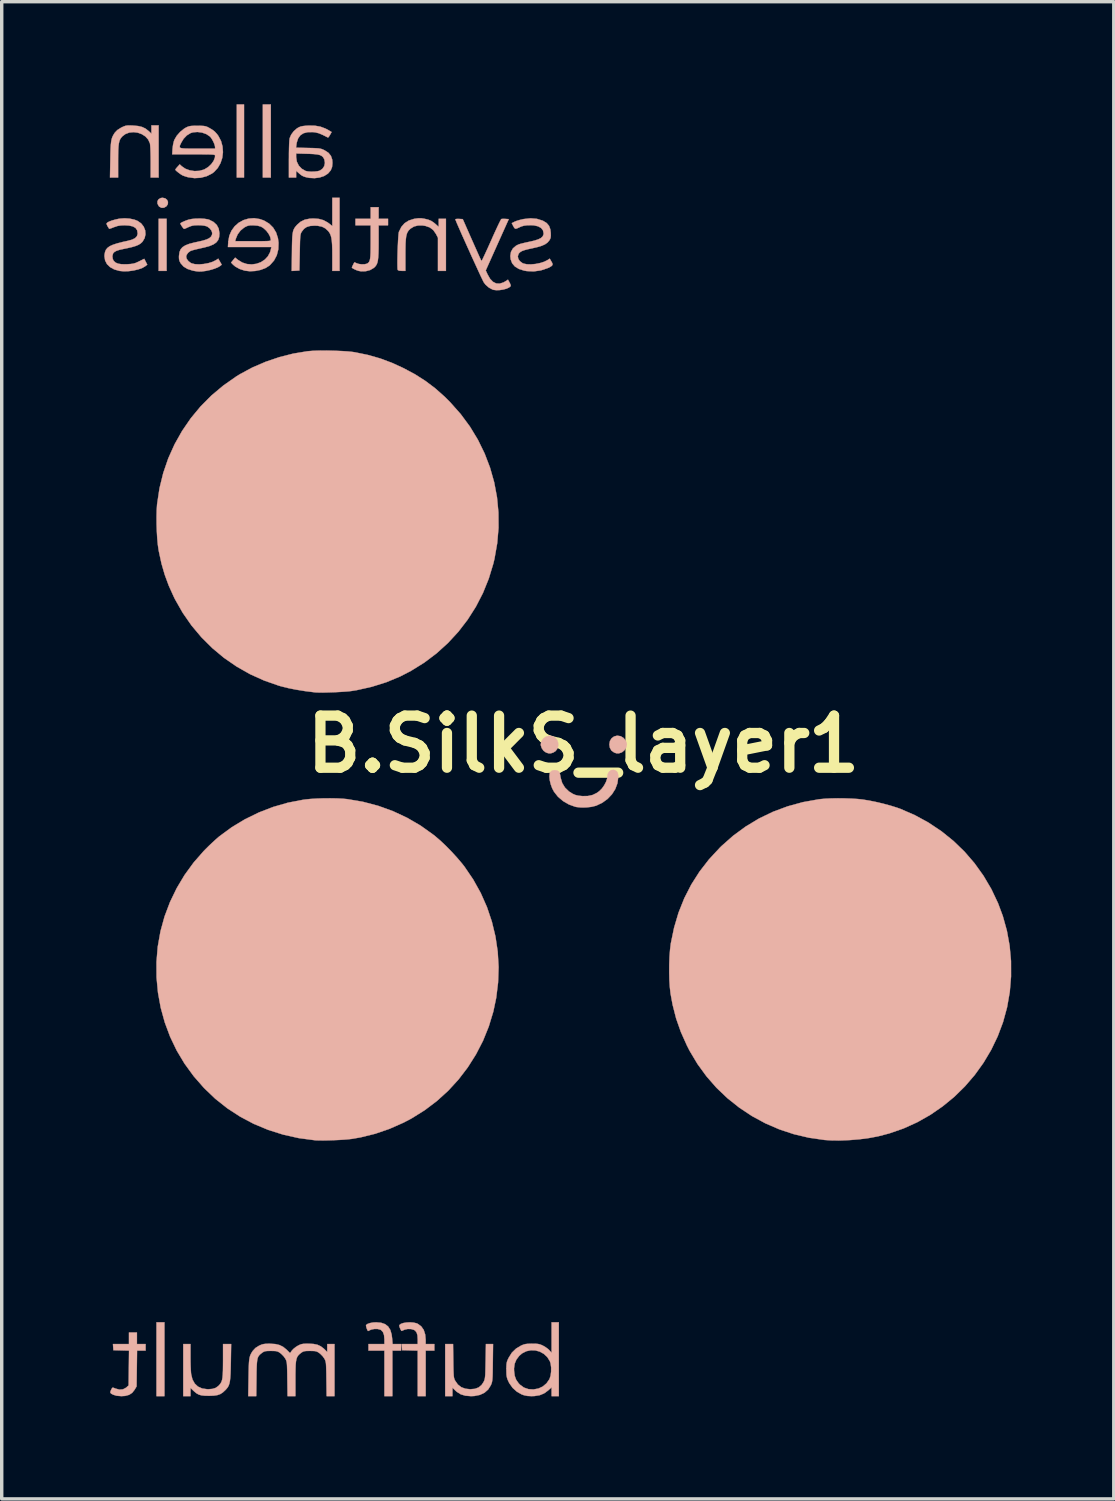
<source format=kicad_pcb>
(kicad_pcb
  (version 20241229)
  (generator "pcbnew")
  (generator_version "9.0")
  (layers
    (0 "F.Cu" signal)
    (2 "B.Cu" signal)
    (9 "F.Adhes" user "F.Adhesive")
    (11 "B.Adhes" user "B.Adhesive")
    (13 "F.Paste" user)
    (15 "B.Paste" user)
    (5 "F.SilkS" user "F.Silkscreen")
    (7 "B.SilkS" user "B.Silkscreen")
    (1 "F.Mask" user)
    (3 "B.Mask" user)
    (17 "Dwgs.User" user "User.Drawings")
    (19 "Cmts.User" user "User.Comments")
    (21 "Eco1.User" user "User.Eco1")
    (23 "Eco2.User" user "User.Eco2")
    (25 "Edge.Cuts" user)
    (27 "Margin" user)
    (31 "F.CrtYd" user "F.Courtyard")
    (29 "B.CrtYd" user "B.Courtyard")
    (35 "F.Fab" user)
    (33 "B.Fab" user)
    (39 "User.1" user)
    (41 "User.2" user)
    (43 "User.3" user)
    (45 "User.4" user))
  (footprint "B.SilkS_layer1"
    (layer "F.Cu")
    (at 14.015 18.716)
    (property "Reference" "B.SilkS_layer1" (at 0 0 0) (layer "F.SilkS") (effects (font (size 1.524 1.524) (thickness 0.3))))
    (attr through_hole)
    (fp_poly (pts (xy -12.255 19.071) (xy -12.488 19.071) (xy -12.488 16.912) (xy -12.255 16.912) (xy -12.255 19.071)) (stroke (width 0.01) (type solid)) (fill yes) (layer "B.SilkS"))
    (fp_poly (pts (xy -12.192 -13.843) (xy -12.425 -13.843) (xy -12.425 -15.367) (xy -12.192 -15.367) (xy -12.192 -13.843)) (stroke (width 0.01) (type solid)) (fill yes) (layer "B.SilkS"))
    (fp_poly (pts (xy -9.927 -16.573) (xy -10.139 -16.573) (xy -10.139 -18.711) (xy -9.927 -18.711) (xy -9.927 -16.573)) (stroke (width 0.01) (type solid)) (fill yes) (layer "B.SilkS"))
    (fp_poly (pts (xy -9.144 -16.573) (xy -9.377 -16.573) (xy -9.377 -18.711) (xy -9.144 -18.711) (xy -9.144 -16.573)) (stroke (width 0.01) (type solid)) (fill yes) (layer "B.SilkS"))
    (fp_poly (pts (xy -12.232 -15.964) (xy -12.179 -15.921) (xy -12.152 -15.862) (xy -12.156 -15.796) (xy -12.196 -15.733) (xy -12.199 -15.731) (xy -12.267 -15.691) (xy -12.339 -15.687) (xy -12.404 -15.72) (xy -12.423 -15.74) (xy -12.46 -15.814) (xy -12.459 -15.883) (xy -12.425 -15.939) (xy -12.362 -15.974) (xy -12.308 -15.981) (xy -12.232 -15.964)) (stroke (width 0.01) (type solid)) (fill yes) (layer "B.SilkS"))
    (fp_poly (pts (xy -0.919 -0.238) (xy -0.911 -0.235) (xy -0.828 -0.192) (xy -0.771 -0.124) (xy -0.74 -0.041) (xy -0.737 0.047) (xy -0.761 0.132) (xy -0.814 0.203) (xy -0.882 0.246) (xy -0.958 0.27) (xy -1.024 0.268) (xy -1.095 0.244) (xy -1.166 0.193) (xy -1.22 0.116) (xy -1.248 0.029) (xy -1.249 0.008) (xy -1.23 -0.082) (xy -1.178 -0.159) (xy -1.103 -0.215) (xy -1.013 -0.243) (xy -0.919 -0.238)) (stroke (width 0.01) (type solid)) (fill yes) (layer "B.SilkS"))
    (fp_poly (pts (xy 1.085 -0.233) (xy 1.094 -0.23) (xy 1.172 -0.182) (xy 1.233 -0.11) (xy 1.266 -0.027) (xy 1.27 0.008) (xy 1.251 0.096) (xy 1.201 0.177) (xy 1.13 0.236) (xy 1.111 0.245) (xy 1.034 0.27) (xy 0.969 0.269) (xy 0.899 0.245) (xy 0.821 0.19) (xy 0.774 0.107) (xy 0.758 0.009) (xy 0.776 -0.092) (xy 0.825 -0.172) (xy 0.898 -0.225) (xy 0.987 -0.248) (xy 1.085 -0.233)) (stroke (width 0.01) (type solid)) (fill yes) (layer "B.SilkS"))
    (fp_poly (pts (xy -13.06 17.547) (xy -12.806 17.547) (xy -12.806 17.738) (xy -13.056 17.738) (xy -13.07 18.785) (xy -13.128 18.884) (xy -13.198 18.973) (xy -13.288 19.032) (xy -13.404 19.064) (xy -13.516 19.071) (xy -13.655 19.059) (xy -13.753 19.029) (xy -13.813 18.998) (xy -13.838 18.968) (xy -13.832 18.926) (xy -13.811 18.88) (xy -13.789 18.838) (xy -13.771 18.822) (xy -13.741 18.827) (xy -13.688 18.849) (xy -13.572 18.88) (xy -13.469 18.872) (xy -13.381 18.826) (xy -13.372 18.819) (xy -13.303 18.757) (xy -13.291 17.739) (xy -13.519 17.733) (xy -13.748 17.727) (xy -13.761 17.547) (xy -13.293 17.547) (xy -13.293 17.209) (xy -13.06 17.209) (xy -13.06 17.547)) (stroke (width 0.01) (type solid)) (fill yes) (layer "B.SilkS"))
    (fp_poly (pts (xy -5.917 16.925) (xy -5.801 16.965) (xy -5.712 17.034) (xy -5.649 17.134) (xy -5.61 17.268) (xy -5.596 17.376) (xy -5.582 17.547) (xy -5.334 17.547) (xy -5.334 17.738) (xy -5.588 17.738) (xy -5.588 19.071) (xy -5.821 19.071) (xy -5.821 17.738) (xy -6.287 17.738) (xy -6.287 17.547) (xy -5.821 17.547) (xy -5.821 17.408) (xy -5.832 17.284) (xy -5.865 17.195) (xy -5.921 17.137) (xy -5.942 17.126) (xy -6.02 17.106) (xy -6.113 17.105) (xy -6.201 17.122) (xy -6.231 17.135) (xy -6.275 17.156) (xy -6.299 17.166) (xy -6.299 17.166) (xy -6.314 17.148) (xy -6.333 17.105) (xy -6.35 17.054) (xy -6.359 17.01) (xy -6.358 16.992) (xy -6.317 16.96) (xy -6.246 16.934) (xy -6.153 16.917) (xy -6.064 16.912) (xy -5.917 16.925)) (stroke (width 0.01) (type solid)) (fill yes) (layer "B.SilkS"))
    (fp_poly (pts (xy -4.969 16.92) (xy -4.881 16.94) (xy -4.848 16.954) (xy -4.745 17.029) (xy -4.671 17.134) (xy -4.628 17.27) (xy -4.614 17.425) (xy -4.614 17.547) (xy -4.36 17.547) (xy -4.36 17.738) (xy -4.614 17.738) (xy -4.614 19.071) (xy -4.847 19.071) (xy -4.847 17.739) (xy -5.075 17.733) (xy -5.302 17.727) (xy -5.315 17.547) (xy -4.847 17.547) (xy -4.847 17.411) (xy -4.854 17.295) (xy -4.878 17.212) (xy -4.92 17.157) (xy -4.956 17.133) (xy -5.041 17.108) (xy -5.14 17.106) (xy -5.233 17.127) (xy -5.252 17.136) (xy -5.297 17.156) (xy -5.322 17.163) (xy -5.323 17.162) (xy -5.347 17.123) (xy -5.37 17.071) (xy -5.385 17.022) (xy -5.385 16.994) (xy -5.341 16.958) (xy -5.267 16.932) (xy -5.173 16.917) (xy -5.07 16.912) (xy -4.969 16.92)) (stroke (width 0.01) (type solid)) (fill yes) (layer "B.SilkS"))
    (fp_poly (pts (xy -5.99 -15.367) (xy -5.715 -15.367) (xy -5.715 -15.177) (xy -5.99 -15.177) (xy -5.99 -14.694) (xy -5.991 -14.506) (xy -5.995 -14.355) (xy -6.002 -14.237) (xy -6.013 -14.145) (xy -6.03 -14.074) (xy -6.054 -14.019) (xy -6.085 -13.975) (xy -6.124 -13.936) (xy -6.132 -13.93) (xy -6.239 -13.867) (xy -6.367 -13.833) (xy -6.502 -13.83) (xy -6.572 -13.842) (xy -6.627 -13.859) (xy -6.687 -13.885) (xy -6.739 -13.912) (xy -6.77 -13.934) (xy -6.773 -13.94) (xy -6.765 -13.963) (xy -6.745 -14.006) (xy -6.722 -14.053) (xy -6.703 -14.087) (xy -6.7 -14.092) (xy -6.68 -14.087) (xy -6.638 -14.068) (xy -6.634 -14.066) (xy -6.568 -14.045) (xy -6.483 -14.035) (xy -6.399 -14.037) (xy -6.335 -14.052) (xy -6.328 -14.055) (xy -6.296 -14.076) (xy -6.272 -14.103) (xy -6.253 -14.142) (xy -6.24 -14.197) (xy -6.231 -14.275) (xy -6.226 -14.379) (xy -6.224 -14.516) (xy -6.223 -14.689) (xy -6.223 -15.177) (xy -6.668 -15.177) (xy -6.668 -15.367) (xy -6.223 -15.367) (xy -6.223 -15.706) (xy -5.99 -15.706) (xy -5.99 -15.367)) (stroke (width 0.01) (type solid)) (fill yes) (layer "B.SilkS"))
    (fp_poly (pts (xy -4.743 -15.382) (xy -4.653 -15.368) (xy -4.54 -15.341) (xy -4.452 -15.305) (xy -4.373 -15.252) (xy -4.317 -15.205) (xy -4.233 -15.129) (xy -4.233 -15.367) (xy -4.022 -15.367) (xy -4.022 -13.843) (xy -4.255 -13.843) (xy -4.255 -14.812) (xy -4.314 -14.925) (xy -4.392 -15.037) (xy -4.495 -15.114) (xy -4.624 -15.159) (xy -4.705 -15.171) (xy -4.842 -15.17) (xy -4.955 -15.141) (xy -5.053 -15.082) (xy -5.071 -15.066) (xy -5.111 -15.027) (xy -5.142 -14.981) (xy -5.166 -14.926) (xy -5.184 -14.854) (xy -5.195 -14.761) (xy -5.203 -14.642) (xy -5.206 -14.49) (xy -5.207 -14.315) (xy -5.207 -13.843) (xy -5.313 -13.843) (xy -5.386 -13.848) (xy -5.424 -13.863) (xy -5.433 -13.876) (xy -5.438 -13.912) (xy -5.44 -13.984) (xy -5.441 -14.083) (xy -5.44 -14.201) (xy -5.437 -14.333) (xy -5.433 -14.47) (xy -5.427 -14.605) (xy -5.421 -14.73) (xy -5.414 -14.839) (xy -5.407 -14.923) (xy -5.399 -14.976) (xy -5.396 -14.986) (xy -5.326 -15.128) (xy -5.231 -15.237) (xy -5.108 -15.315) (xy -4.955 -15.364) (xy -4.932 -15.368) (xy -4.83 -15.382) (xy -4.743 -15.382)) (stroke (width 0.01) (type solid)) (fill yes) (layer "B.SilkS"))
    (fp_poly (pts (xy -3.806 18.039) (xy -3.804 18.198) (xy -3.801 18.32) (xy -3.797 18.412) (xy -3.793 18.479) (xy -3.786 18.529) (xy -3.776 18.566) (xy -3.764 18.596) (xy -3.754 18.616) (xy -3.674 18.73) (xy -3.574 18.809) (xy -3.451 18.854) (xy -3.313 18.869) (xy -3.174 18.857) (xy -3.064 18.816) (xy -2.979 18.745) (xy -2.923 18.661) (xy -2.906 18.627) (xy -2.893 18.594) (xy -2.884 18.556) (xy -2.877 18.507) (xy -2.871 18.441) (xy -2.868 18.352) (xy -2.865 18.234) (xy -2.862 18.08) (xy -2.861 18.052) (xy -2.852 17.547) (xy -2.643 17.547) (xy -2.65 18.092) (xy -2.652 18.259) (xy -2.654 18.39) (xy -2.657 18.489) (xy -2.662 18.565) (xy -2.668 18.621) (xy -2.676 18.664) (xy -2.687 18.7) (xy -2.701 18.735) (xy -2.707 18.749) (xy -2.785 18.875) (xy -2.893 18.97) (xy -3.028 19.034) (xy -3.192 19.067) (xy -3.29 19.071) (xy -3.451 19.058) (xy -3.586 19.018) (xy -3.7 18.947) (xy -3.739 18.913) (xy -3.831 18.824) (xy -3.831 19.071) (xy -4.043 19.071) (xy -4.043 17.547) (xy -3.813 17.547) (xy -3.806 18.039)) (stroke (width 0.01) (type solid)) (fill yes) (layer "B.SilkS"))
    (fp_poly (pts (xy -11.493 17.923) (xy -11.492 18.056) (xy -11.489 18.186) (xy -11.484 18.301) (xy -11.478 18.391) (xy -11.473 18.434) (xy -11.435 18.585) (xy -11.368 18.704) (xy -11.274 18.792) (xy -11.152 18.847) (xy -11.005 18.868) (xy -10.975 18.869) (xy -10.853 18.859) (xy -10.758 18.83) (xy -10.681 18.776) (xy -10.64 18.733) (xy -10.61 18.693) (xy -10.587 18.649) (xy -10.569 18.595) (xy -10.557 18.526) (xy -10.549 18.436) (xy -10.544 18.319) (xy -10.542 18.17) (xy -10.541 18.029) (xy -10.541 17.547) (xy -10.304 17.547) (xy -10.313 18.082) (xy -10.317 18.269) (xy -10.322 18.42) (xy -10.33 18.54) (xy -10.341 18.634) (xy -10.357 18.707) (xy -10.378 18.766) (xy -10.406 18.815) (xy -10.442 18.86) (xy -10.469 18.89) (xy -10.546 18.961) (xy -10.621 19.01) (xy -10.705 19.04) (xy -10.809 19.056) (xy -10.942 19.061) (xy -10.954 19.061) (xy -11.08 19.058) (xy -11.176 19.047) (xy -11.251 19.025) (xy -11.318 18.988) (xy -11.387 18.931) (xy -11.414 18.906) (xy -11.493 18.83) (xy -11.493 19.071) (xy -11.705 19.071) (xy -11.705 17.547) (xy -11.493 17.547) (xy -11.493 17.923)) (stroke (width 0.01) (type solid)) (fill yes) (layer "B.SilkS"))
    (fp_poly (pts (xy -7.133 -13.843) (xy -7.345 -13.843) (xy -7.345 -14.284) (xy -7.346 -14.466) (xy -7.351 -14.611) (xy -7.36 -14.727) (xy -7.374 -14.817) (xy -7.394 -14.888) (xy -7.421 -14.947) (xy -7.457 -14.998) (xy -7.464 -15.007) (xy -7.549 -15.086) (xy -7.649 -15.137) (xy -7.773 -15.162) (xy -7.863 -15.166) (xy -7.995 -15.157) (xy -8.095 -15.127) (xy -8.174 -15.072) (xy -8.238 -14.99) (xy -8.253 -14.964) (xy -8.265 -14.937) (xy -8.274 -14.902) (xy -8.281 -14.855) (xy -8.286 -14.789) (xy -8.29 -14.7) (xy -8.293 -14.581) (xy -8.296 -14.426) (xy -8.297 -14.383) (xy -8.308 -13.854) (xy -8.421 -13.847) (xy -8.533 -13.841) (xy -8.526 -14.397) (xy -8.524 -14.579) (xy -8.52 -14.724) (xy -8.515 -14.837) (xy -8.506 -14.925) (xy -8.494 -14.994) (xy -8.476 -15.048) (xy -8.453 -15.094) (xy -8.422 -15.137) (xy -8.382 -15.183) (xy -8.373 -15.193) (xy -8.27 -15.282) (xy -8.149 -15.341) (xy -8.003 -15.37) (xy -7.895 -15.375) (xy -7.738 -15.363) (xy -7.604 -15.326) (xy -7.481 -15.259) (xy -7.424 -15.217) (xy -7.345 -15.153) (xy -7.345 -15.981) (xy -7.133 -15.981) (xy -7.133 -13.843)) (stroke (width 0.01) (type solid)) (fill yes) (layer "B.SilkS"))
    (fp_poly (pts (xy -12.425 -16.573) (xy -12.658 -16.573) (xy -12.658 -17.034) (xy -12.659 -17.177) (xy -12.662 -17.309) (xy -12.666 -17.423) (xy -12.672 -17.511) (xy -12.678 -17.566) (xy -12.68 -17.574) (xy -12.731 -17.685) (xy -12.812 -17.775) (xy -12.916 -17.842) (xy -13.034 -17.885) (xy -13.159 -17.901) (xy -13.282 -17.889) (xy -13.396 -17.846) (xy -13.483 -17.781) (xy -13.52 -17.739) (xy -13.55 -17.694) (xy -13.572 -17.641) (xy -13.588 -17.573) (xy -13.599 -17.486) (xy -13.606 -17.374) (xy -13.609 -17.23) (xy -13.61 -17.05) (xy -13.61 -17.04) (xy -13.61 -16.573) (xy -13.848 -16.573) (xy -13.838 -17.097) (xy -13.835 -17.278) (xy -13.83 -17.422) (xy -13.823 -17.536) (xy -13.813 -17.625) (xy -13.799 -17.697) (xy -13.78 -17.756) (xy -13.754 -17.809) (xy -13.722 -17.862) (xy -13.705 -17.887) (xy -13.631 -17.964) (xy -13.52 -18.033) (xy -13.513 -18.037) (xy -13.448 -18.067) (xy -13.396 -18.086) (xy -13.344 -18.095) (xy -13.277 -18.097) (xy -13.183 -18.094) (xy -13.172 -18.093) (xy -13.026 -18.08) (xy -12.909 -18.052) (xy -12.811 -18.006) (xy -12.721 -17.936) (xy -12.705 -17.922) (xy -12.636 -17.856) (xy -12.636 -18.098) (xy -12.425 -18.098) (xy -12.425 -16.573)) (stroke (width 0.01) (type solid)) (fill yes) (layer "B.SilkS"))
    (fp_poly (pts (xy 0.917 0.761) (xy 0.973 0.792) (xy 1.005 0.841) (xy 1.018 0.916) (xy 1.019 0.971) (xy 0.994 1.146) (xy 0.932 1.313) (xy 0.835 1.466) (xy 0.708 1.601) (xy 0.554 1.713) (xy 0.379 1.797) (xy 0.365 1.802) (xy 0.236 1.834) (xy 0.087 1.851) (xy -0.065 1.853) (xy -0.203 1.839) (xy -0.241 1.831) (xy -0.426 1.764) (xy -0.596 1.665) (xy -0.743 1.54) (xy -0.859 1.394) (xy -0.914 1.29) (xy -0.956 1.175) (xy -0.984 1.058) (xy -0.995 0.951) (xy -0.987 0.863) (xy -0.974 0.826) (xy -0.928 0.781) (xy -0.859 0.76) (xy -0.784 0.768) (xy -0.767 0.774) (xy -0.731 0.791) (xy -0.708 0.814) (xy -0.691 0.853) (xy -0.678 0.917) (xy -0.666 0.984) (xy -0.621 1.137) (xy -0.539 1.271) (xy -0.423 1.384) (xy -0.311 1.454) (xy -0.231 1.488) (xy -0.146 1.508) (xy -0.036 1.519) (xy -0.029 1.52) (xy 0.13 1.517) (xy 0.266 1.488) (xy 0.388 1.429) (xy 0.464 1.375) (xy 0.539 1.301) (xy 0.606 1.207) (xy 0.66 1.106) (xy 0.692 1.011) (xy 0.699 0.961) (xy 0.713 0.87) (xy 0.753 0.801) (xy 0.812 0.76) (xy 0.883 0.752) (xy 0.917 0.761)) (stroke (width 0.01) (type solid)) (fill yes) (layer "B.SilkS"))
    (fp_poly (pts (xy -2.307 -15.364) (xy -2.28 -15.363) (xy -2.184 -15.356) (xy -2.521 -14.606) (xy -2.857 -13.856) (xy -2.803 -13.738) (xy -2.73 -13.611) (xy -2.646 -13.523) (xy -2.552 -13.476) (xy -2.449 -13.47) (xy -2.338 -13.505) (xy -2.284 -13.536) (xy -2.207 -13.586) (xy -2.161 -13.503) (xy -2.135 -13.448) (xy -2.126 -13.408) (xy -2.127 -13.398) (xy -2.173 -13.358) (xy -2.249 -13.323) (xy -2.345 -13.297) (xy -2.449 -13.281) (xy -2.55 -13.278) (xy -2.636 -13.289) (xy -2.656 -13.296) (xy -2.765 -13.354) (xy -2.863 -13.44) (xy -2.91 -13.501) (xy -2.928 -13.533) (xy -2.959 -13.598) (xy -3.004 -13.691) (xy -3.058 -13.808) (xy -3.12 -13.943) (xy -3.189 -14.093) (xy -3.262 -14.252) (xy -3.336 -14.417) (xy -3.41 -14.581) (xy -3.482 -14.741) (xy -3.55 -14.892) (xy -3.61 -15.029) (xy -3.662 -15.148) (xy -3.704 -15.244) (xy -3.732 -15.312) (xy -3.746 -15.347) (xy -3.747 -15.351) (xy -3.728 -15.36) (xy -3.679 -15.364) (xy -3.638 -15.363) (xy -3.529 -15.356) (xy -3.261 -14.748) (xy -3.194 -14.598) (xy -3.133 -14.461) (xy -3.08 -14.342) (xy -3.036 -14.244) (xy -3.003 -14.174) (xy -2.985 -14.135) (xy -2.981 -14.129) (xy -2.971 -14.145) (xy -2.945 -14.195) (xy -2.907 -14.275) (xy -2.858 -14.381) (xy -2.8 -14.507) (xy -2.736 -14.649) (xy -2.698 -14.734) (xy -2.631 -14.885) (xy -2.568 -15.023) (xy -2.512 -15.144) (xy -2.465 -15.242) (xy -2.429 -15.313) (xy -2.407 -15.353) (xy -2.401 -15.36) (xy -2.366 -15.364) (xy -2.307 -15.364)) (stroke (width 0.01) (type solid)) (fill yes) (layer "B.SilkS"))
    (fp_poly (pts (xy -9.465 -15.358) (xy -9.343 -15.315) (xy -9.194 -15.226) (xy -9.076 -15.109) (xy -8.989 -14.965) (xy -8.935 -14.797) (xy -8.918 -14.665) (xy -8.925 -14.473) (xy -8.969 -14.3) (xy -9.05 -14.146) (xy -9.166 -14.015) (xy -9.192 -13.993) (xy -9.305 -13.923) (xy -9.445 -13.871) (xy -9.6 -13.84) (xy -9.757 -13.832) (xy -9.903 -13.849) (xy -9.906 -13.85) (xy -10.056 -13.899) (xy -10.181 -13.968) (xy -10.249 -14.026) (xy -10.306 -14.086) (xy -10.246 -14.159) (xy -10.187 -14.231) (xy -10.105 -14.165) (xy -9.979 -14.087) (xy -9.842 -14.043) (xy -9.702 -14.032) (xy -9.564 -14.05) (xy -9.435 -14.097) (xy -9.321 -14.171) (xy -9.229 -14.269) (xy -9.165 -14.389) (xy -9.147 -14.452) (xy -9.127 -14.541) (xy -10.398 -14.541) (xy -10.388 -14.699) (xy -10.386 -14.711) (xy -10.186 -14.711) (xy -9.665 -14.711) (xy -9.503 -14.711) (xy -9.379 -14.712) (xy -9.287 -14.713) (xy -9.223 -14.716) (xy -9.182 -14.72) (xy -9.158 -14.727) (xy -9.147 -14.736) (xy -9.144 -14.748) (xy -9.144 -14.754) (xy -9.162 -14.838) (xy -9.209 -14.93) (xy -9.277 -15.019) (xy -9.359 -15.094) (xy -9.43 -15.137) (xy -9.534 -15.166) (xy -9.664 -15.176) (xy -9.75 -15.174) (xy -9.813 -15.163) (xy -9.872 -15.139) (xy -9.926 -15.108) (xy -10.031 -15.022) (xy -10.115 -14.909) (xy -10.168 -14.781) (xy -10.171 -14.769) (xy -10.186 -14.711) (xy -10.386 -14.711) (xy -10.358 -14.869) (xy -10.294 -15.019) (xy -10.2 -15.148) (xy -10.082 -15.252) (xy -9.945 -15.327) (xy -9.793 -15.372) (xy -9.631 -15.384) (xy -9.465 -15.358)) (stroke (width 0.01) (type solid)) (fill yes) (layer "B.SilkS"))
    (fp_poly (pts (xy -0.72 19.071) (xy -0.931 19.071) (xy -0.931 18.813) (xy -1.035 18.907) (xy -1.15 18.99) (xy -1.278 19.043) (xy -1.429 19.068) (xy -1.521 19.071) (xy -1.638 19.065) (xy -1.735 19.045) (xy -1.808 19.019) (xy -1.947 18.94) (xy -2.07 18.829) (xy -2.167 18.693) (xy -2.194 18.64) (xy -2.223 18.573) (xy -2.24 18.514) (xy -2.25 18.448) (xy -2.253 18.362) (xy -2.254 18.298) (xy -2.254 18.258) (xy -2.03 18.258) (xy -2.028 18.334) (xy -2.01 18.476) (xy -1.968 18.592) (xy -1.897 18.693) (xy -1.855 18.737) (xy -1.741 18.82) (xy -1.608 18.866) (xy -1.462 18.875) (xy -1.315 18.848) (xy -1.189 18.789) (xy -1.08 18.697) (xy -0.997 18.579) (xy -0.991 18.567) (xy -0.96 18.472) (xy -0.945 18.355) (xy -0.944 18.232) (xy -0.959 18.119) (xy -0.98 18.052) (xy -1.056 17.93) (xy -1.157 17.835) (xy -1.275 17.769) (xy -1.406 17.733) (xy -1.54 17.729) (xy -1.671 17.757) (xy -1.793 17.819) (xy -1.879 17.893) (xy -1.962 18.004) (xy -2.011 18.122) (xy -2.03 18.258) (xy -2.254 18.258) (xy -2.253 18.197) (xy -2.248 18.125) (xy -2.237 18.067) (xy -2.216 18.01) (xy -2.185 17.946) (xy -2.092 17.798) (xy -1.971 17.681) (xy -1.823 17.592) (xy -1.758 17.565) (xy -1.698 17.548) (xy -1.628 17.54) (xy -1.534 17.537) (xy -1.503 17.537) (xy -1.402 17.538) (xy -1.329 17.544) (xy -1.27 17.558) (xy -1.211 17.581) (xy -1.181 17.596) (xy -1.104 17.641) (xy -1.032 17.694) (xy -0.996 17.729) (xy -0.931 17.803) (xy -0.931 16.912) (xy -0.72 16.912) (xy -0.72 19.071)) (stroke (width 0.01) (type solid)) (fill yes) (layer "B.SilkS"))
    (fp_poly (pts (xy -1.361 -15.365) (xy -1.192 -15.312) (xy -1.174 -15.303) (xy -1.073 -15.24) (xy -1.006 -15.16) (xy -0.968 -15.057) (xy -0.956 -14.956) (xy -0.954 -14.872) (xy -0.96 -14.814) (xy -0.977 -14.769) (xy -0.999 -14.732) (xy -1.052 -14.671) (xy -1.123 -14.62) (xy -1.219 -14.577) (xy -1.346 -14.539) (xy -1.487 -14.506) (xy -1.622 -14.477) (xy -1.723 -14.45) (xy -1.795 -14.424) (xy -1.845 -14.395) (xy -1.881 -14.361) (xy -1.896 -14.341) (xy -1.919 -14.271) (xy -1.906 -14.197) (xy -1.861 -14.129) (xy -1.788 -14.073) (xy -1.75 -14.056) (xy -1.655 -14.036) (xy -1.535 -14.033) (xy -1.402 -14.045) (xy -1.268 -14.072) (xy -1.147 -14.11) (xy -1.051 -14.158) (xy -1.049 -14.159) (xy -0.986 -14.201) (xy -0.936 -14.116) (xy -0.908 -14.063) (xy -0.903 -14.023) (xy -0.924 -13.991) (xy -0.976 -13.957) (xy -1.053 -13.921) (xy -1.246 -13.857) (xy -1.451 -13.828) (xy -1.656 -13.837) (xy -1.736 -13.851) (xy -1.888 -13.9) (xy -2.004 -13.971) (xy -2.084 -14.065) (xy -2.128 -14.181) (xy -2.138 -14.279) (xy -2.119 -14.399) (xy -2.062 -14.5) (xy -1.97 -14.579) (xy -1.903 -14.613) (xy -1.85 -14.631) (xy -1.769 -14.652) (xy -1.671 -14.675) (xy -1.596 -14.691) (xy -1.441 -14.726) (xy -1.325 -14.763) (xy -1.243 -14.803) (xy -1.192 -14.85) (xy -1.168 -14.906) (xy -1.164 -14.941) (xy -1.183 -15.029) (xy -1.238 -15.098) (xy -1.327 -15.147) (xy -1.446 -15.174) (xy -1.529 -15.179) (xy -1.647 -15.176) (xy -1.738 -15.165) (xy -1.817 -15.142) (xy -1.888 -15.11) (xy -1.952 -15.081) (xy -1.992 -15.076) (xy -2.021 -15.099) (xy -2.053 -15.154) (xy -2.053 -15.155) (xy -2.096 -15.239) (xy -2.013 -15.281) (xy -1.953 -15.305) (xy -1.868 -15.331) (xy -1.772 -15.354) (xy -1.747 -15.359) (xy -1.547 -15.381) (xy -1.361 -15.365)) (stroke (width 0.01) (type solid)) (fill yes) (layer "B.SilkS"))
    (fp_poly (pts (xy -13.273 -15.371) (xy -13.133 -15.341) (xy -13.04 -15.304) (xy -12.936 -15.231) (xy -12.862 -15.136) (xy -12.819 -15.028) (xy -12.81 -14.913) (xy -12.835 -14.801) (xy -12.896 -14.698) (xy -12.905 -14.688) (xy -12.954 -14.643) (xy -13.015 -14.605) (xy -13.095 -14.572) (xy -13.201 -14.54) (xy -13.338 -14.508) (xy -13.441 -14.487) (xy -13.568 -14.459) (xy -13.66 -14.429) (xy -13.72 -14.395) (xy -13.756 -14.356) (xy -13.758 -14.352) (xy -13.778 -14.273) (xy -13.766 -14.188) (xy -13.737 -14.133) (xy -13.684 -14.085) (xy -13.611 -14.054) (xy -13.512 -14.038) (xy -13.38 -14.036) (xy -13.345 -14.037) (xy -13.244 -14.044) (xy -13.168 -14.055) (xy -13.1 -14.074) (xy -13.026 -14.107) (xy -12.997 -14.121) (xy -12.846 -14.196) (xy -12.758 -14.025) (xy -12.817 -13.978) (xy -12.903 -13.928) (xy -13.019 -13.887) (xy -13.155 -13.855) (xy -13.298 -13.835) (xy -13.438 -13.83) (xy -13.562 -13.841) (xy -13.568 -13.842) (xy -13.722 -13.885) (xy -13.845 -13.953) (xy -13.936 -14.041) (xy -13.991 -14.149) (xy -14.01 -14.273) (xy -14.007 -14.321) (xy -13.992 -14.398) (xy -13.965 -14.463) (xy -13.92 -14.517) (xy -13.855 -14.564) (xy -13.763 -14.606) (xy -13.641 -14.646) (xy -13.485 -14.687) (xy -13.33 -14.721) (xy -13.202 -14.756) (xy -13.114 -14.8) (xy -13.061 -14.855) (xy -13.039 -14.923) (xy -13.039 -14.941) (xy -13.053 -15.03) (xy -13.099 -15.098) (xy -13.177 -15.143) (xy -13.289 -15.169) (xy -13.421 -15.177) (xy -13.531 -15.172) (xy -13.621 -15.158) (xy -13.712 -15.128) (xy -13.73 -15.122) (xy -13.798 -15.095) (xy -13.849 -15.078) (xy -13.872 -15.074) (xy -13.872 -15.074) (xy -13.922 -15.155) (xy -13.947 -15.212) (xy -13.949 -15.227) (xy -13.929 -15.253) (xy -13.876 -15.283) (xy -13.797 -15.314) (xy -13.699 -15.342) (xy -13.592 -15.366) (xy -13.567 -15.37) (xy -13.423 -15.381) (xy -13.273 -15.371)) (stroke (width 0.01) (type solid)) (fill yes) (layer "B.SilkS"))
    (fp_poly (pts (xy 7.641 1.586) (xy 7.837 1.593) (xy 8.018 1.604) (xy 8.16 1.619) (xy 8.348 1.649) (xy 8.557 1.691) (xy 8.773 1.742) (xy 8.983 1.799) (xy 9.172 1.858) (xy 9.271 1.893) (xy 9.694 2.077) (xy 10.095 2.296) (xy 10.472 2.548) (xy 10.823 2.831) (xy 11.146 3.143) (xy 11.44 3.484) (xy 11.702 3.85) (xy 11.932 4.24) (xy 12.127 4.652) (xy 12.267 5.027) (xy 12.386 5.455) (xy 12.466 5.895) (xy 12.507 6.344) (xy 12.508 6.796) (xy 12.471 7.246) (xy 12.393 7.691) (xy 12.391 7.701) (xy 12.274 8.13) (xy 12.118 8.545) (xy 11.927 8.942) (xy 11.702 9.32) (xy 11.446 9.676) (xy 11.16 10.009) (xy 10.847 10.316) (xy 10.508 10.594) (xy 10.147 10.843) (xy 9.765 11.059) (xy 9.364 11.241) (xy 8.946 11.386) (xy 8.62 11.471) (xy 8.361 11.52) (xy 8.081 11.557) (xy 7.793 11.581) (xy 7.51 11.593) (xy 7.244 11.59) (xy 7.055 11.578) (xy 6.601 11.513) (xy 6.159 11.409) (xy 5.732 11.268) (xy 5.322 11.091) (xy 4.931 10.879) (xy 4.561 10.634) (xy 4.214 10.358) (xy 3.893 10.052) (xy 3.6 9.717) (xy 3.337 9.356) (xy 3.106 8.969) (xy 3.028 8.816) (xy 2.851 8.421) (xy 2.712 8.026) (xy 2.608 7.62) (xy 2.548 7.292) (xy 2.528 7.113) (xy 2.514 6.904) (xy 2.509 6.678) (xy 2.51 6.446) (xy 2.518 6.219) (xy 2.534 6.011) (xy 2.556 5.832) (xy 2.556 5.831) (xy 2.652 5.368) (xy 2.783 4.926) (xy 2.951 4.506) (xy 3.155 4.107) (xy 3.397 3.727) (xy 3.676 3.367) (xy 3.993 3.026) (xy 4.035 2.984) (xy 4.38 2.679) (xy 4.748 2.409) (xy 5.137 2.175) (xy 5.546 1.978) (xy 5.974 1.819) (xy 6.419 1.697) (xy 6.882 1.614) (xy 6.932 1.608) (xy 7.075 1.595) (xy 7.249 1.587) (xy 7.441 1.584) (xy 7.641 1.586)) (stroke (width 0.01) (type solid)) (fill yes) (layer "B.SilkS"))
    (fp_poly (pts (xy -7.851 -18.089) (xy -7.693 -18.061) (xy -7.546 -18.006) (xy -7.461 -17.961) (xy -7.365 -17.904) (xy -7.412 -17.821) (xy -7.442 -17.772) (xy -7.465 -17.745) (xy -7.471 -17.743) (xy -7.494 -17.754) (xy -7.545 -17.78) (xy -7.613 -17.814) (xy -7.625 -17.82) (xy -7.737 -17.868) (xy -7.843 -17.894) (xy -7.913 -17.902) (xy -8.066 -17.9) (xy -8.188 -17.869) (xy -8.281 -17.808) (xy -8.346 -17.716) (xy -8.386 -17.593) (xy -8.392 -17.555) (xy -8.406 -17.446) (xy -8.048 -17.438) (xy -7.916 -17.435) (xy -7.818 -17.431) (xy -7.747 -17.426) (xy -7.693 -17.417) (xy -7.65 -17.405) (xy -7.608 -17.388) (xy -7.565 -17.366) (xy -7.456 -17.295) (xy -7.386 -17.207) (xy -7.348 -17.098) (xy -7.341 -16.999) (xy -7.352 -16.881) (xy -7.39 -16.786) (xy -7.461 -16.701) (xy -7.481 -16.683) (xy -7.586 -16.617) (xy -7.717 -16.574) (xy -7.863 -16.555) (xy -8.016 -16.563) (xy -8.111 -16.582) (xy -8.179 -16.603) (xy -8.233 -16.629) (xy -8.288 -16.67) (xy -8.345 -16.719) (xy -8.403 -16.772) (xy -8.403 -16.573) (xy -8.615 -16.573) (xy -8.615 -17.104) (xy -8.614 -17.168) (xy -8.403 -17.168) (xy -8.383 -17.038) (xy -8.326 -16.922) (xy -8.237 -16.829) (xy -8.127 -16.766) (xy -8.061 -16.752) (xy -7.971 -16.745) (xy -7.871 -16.747) (xy -7.78 -16.757) (xy -7.715 -16.773) (xy -7.634 -16.828) (xy -7.581 -16.907) (xy -7.561 -16.999) (xy -7.576 -17.095) (xy -7.589 -17.125) (xy -7.618 -17.171) (xy -7.657 -17.206) (xy -7.711 -17.232) (xy -7.786 -17.249) (xy -7.889 -17.26) (xy -8.026 -17.267) (xy -8.08 -17.268) (xy -8.403 -17.277) (xy -8.403 -17.168) (xy -8.614 -17.168) (xy -8.614 -17.276) (xy -8.611 -17.429) (xy -8.607 -17.557) (xy -8.601 -17.655) (xy -8.594 -17.717) (xy -8.591 -17.727) (xy -8.548 -17.827) (xy -8.476 -17.925) (xy -8.384 -18.007) (xy -8.332 -18.039) (xy -8.276 -18.063) (xy -8.209 -18.078) (xy -8.119 -18.088) (xy -8.033 -18.093) (xy -7.851 -18.089)) (stroke (width 0.01) (type solid)) (fill yes) (layer "B.SilkS"))
    (fp_poly (pts (xy -7.211 1.587) (xy -7.039 1.596) (xy -6.911 1.608) (xy -6.451 1.686) (xy -6.003 1.804) (xy -5.572 1.96) (xy -5.157 2.154) (xy -4.763 2.383) (xy -4.391 2.649) (xy -4.328 2.699) (xy -4.178 2.828) (xy -4.016 2.982) (xy -3.851 3.151) (xy -3.693 3.324) (xy -3.552 3.49) (xy -3.48 3.582) (xy -3.223 3.96) (xy -3.003 4.355) (xy -2.821 4.767) (xy -2.678 5.192) (xy -2.573 5.627) (xy -2.507 6.07) (xy -2.481 6.519) (xy -2.496 6.97) (xy -2.551 7.421) (xy -2.636 7.824) (xy -2.768 8.258) (xy -2.937 8.676) (xy -3.143 9.075) (xy -3.382 9.453) (xy -3.653 9.808) (xy -3.955 10.137) (xy -4.285 10.437) (xy -4.642 10.707) (xy -5.023 10.945) (xy -5.26 11.07) (xy -5.674 11.253) (xy -6.09 11.396) (xy -6.515 11.501) (xy -6.773 11.546) (xy -6.87 11.557) (xy -6.997 11.568) (xy -7.143 11.577) (xy -7.299 11.584) (xy -7.456 11.589) (xy -7.603 11.592) (xy -7.731 11.591) (xy -7.829 11.588) (xy -7.853 11.586) (xy -8.327 11.523) (xy -8.783 11.421) (xy -9.222 11.282) (xy -9.642 11.107) (xy -10.04 10.896) (xy -10.417 10.651) (xy -10.77 10.371) (xy -11.097 10.058) (xy -11.399 9.713) (xy -11.667 9.345) (xy -11.896 8.962) (xy -12.089 8.559) (xy -12.245 8.14) (xy -12.364 7.709) (xy -12.444 7.269) (xy -12.486 6.822) (xy -12.488 6.373) (xy -12.451 5.925) (xy -12.372 5.481) (xy -12.371 5.474) (xy -12.252 5.041) (xy -12.093 4.62) (xy -11.897 4.214) (xy -11.666 3.827) (xy -11.401 3.463) (xy -11.105 3.125) (xy -11.049 3.068) (xy -10.952 2.972) (xy -10.849 2.875) (xy -10.752 2.786) (xy -10.671 2.715) (xy -10.646 2.695) (xy -10.286 2.43) (xy -9.901 2.198) (xy -9.496 2) (xy -9.075 1.837) (xy -8.644 1.713) (xy -8.208 1.629) (xy -8.139 1.619) (xy -7.982 1.603) (xy -7.8 1.592) (xy -7.603 1.585) (xy -7.403 1.584) (xy -7.211 1.587)) (stroke (width 0.01) (type solid)) (fill yes) (layer "B.SilkS"))
    (fp_poly (pts (xy -11.089 -15.367) (xy -10.988 -15.351) (xy -10.947 -15.339) (xy -10.818 -15.273) (xy -10.725 -15.186) (xy -10.668 -15.078) (xy -10.647 -14.946) (xy -10.647 -14.931) (xy -10.656 -14.828) (xy -10.685 -14.744) (xy -10.739 -14.675) (xy -10.821 -14.618) (xy -10.936 -14.57) (xy -11.087 -14.528) (xy -11.178 -14.508) (xy -11.284 -14.484) (xy -11.379 -14.461) (xy -11.453 -14.44) (xy -11.496 -14.424) (xy -11.496 -14.424) (xy -11.565 -14.372) (xy -11.609 -14.306) (xy -11.62 -14.254) (xy -11.603 -14.193) (xy -11.556 -14.131) (xy -11.491 -14.079) (xy -11.459 -14.063) (xy -11.363 -14.039) (xy -11.241 -14.033) (xy -11.107 -14.044) (xy -10.971 -14.069) (xy -10.847 -14.107) (xy -10.747 -14.157) (xy -10.743 -14.159) (xy -10.681 -14.201) (xy -10.63 -14.112) (xy -10.58 -14.024) (xy -10.625 -13.987) (xy -10.696 -13.945) (xy -10.798 -13.905) (xy -10.918 -13.869) (xy -11.044 -13.842) (xy -11.165 -13.826) (xy -11.239 -13.824) (xy -11.304 -13.829) (xy -11.385 -13.842) (xy -11.43 -13.851) (xy -11.578 -13.898) (xy -11.695 -13.969) (xy -11.777 -14.061) (xy -11.784 -14.071) (xy -11.814 -14.13) (xy -11.828 -14.185) (xy -11.831 -14.254) (xy -11.828 -14.298) (xy -11.814 -14.394) (xy -11.782 -14.472) (xy -11.727 -14.536) (xy -11.645 -14.588) (xy -11.531 -14.633) (xy -11.382 -14.672) (xy -11.292 -14.691) (xy -11.139 -14.726) (xy -11.024 -14.761) (xy -10.943 -14.8) (xy -10.891 -14.845) (xy -10.864 -14.899) (xy -10.858 -14.95) (xy -10.877 -15.016) (xy -10.926 -15.082) (xy -10.995 -15.135) (xy -11.023 -15.148) (xy -11.089 -15.165) (xy -11.181 -15.176) (xy -11.283 -15.179) (xy -11.379 -15.174) (xy -11.442 -15.164) (xy -11.503 -15.145) (xy -11.572 -15.115) (xy -11.583 -15.11) (xy -11.636 -15.085) (xy -11.675 -15.072) (xy -11.681 -15.071) (xy -11.701 -15.087) (xy -11.731 -15.126) (xy -11.762 -15.173) (xy -11.785 -15.213) (xy -11.79 -15.23) (xy -11.772 -15.247) (xy -11.724 -15.273) (xy -11.657 -15.302) (xy -11.582 -15.33) (xy -11.549 -15.341) (xy -11.454 -15.361) (xy -11.336 -15.372) (xy -11.21 -15.374) (xy -11.089 -15.367)) (stroke (width 0.01) (type solid)) (fill yes) (layer "B.SilkS"))
    (fp_poly (pts (xy -7.42 -11.51) (xy -7.234 -11.505) (xy -7.055 -11.497) (xy -6.893 -11.487) (xy -6.758 -11.473) (xy -6.689 -11.463) (xy -6.304 -11.384) (xy -5.943 -11.281) (xy -5.591 -11.149) (xy -5.26 -10.997) (xy -4.926 -10.818) (xy -4.622 -10.624) (xy -4.337 -10.409) (xy -4.062 -10.165) (xy -3.894 -9.997) (xy -3.589 -9.653) (xy -3.319 -9.288) (xy -3.086 -8.903) (xy -2.89 -8.502) (xy -2.731 -8.086) (xy -2.61 -7.658) (xy -2.528 -7.221) (xy -2.486 -6.777) (xy -2.483 -6.328) (xy -2.522 -5.876) (xy -2.601 -5.425) (xy -2.636 -5.278) (xy -2.769 -4.841) (xy -2.939 -4.421) (xy -3.145 -4.021) (xy -3.386 -3.642) (xy -3.659 -3.287) (xy -3.964 -2.957) (xy -4.297 -2.655) (xy -4.658 -2.383) (xy -5.045 -2.143) (xy -5.36 -1.98) (xy -5.766 -1.811) (xy -6.194 -1.677) (xy -6.637 -1.578) (xy -6.773 -1.556) (xy -6.862 -1.545) (xy -6.98 -1.536) (xy -7.118 -1.527) (xy -7.267 -1.519) (xy -7.418 -1.514) (xy -7.562 -1.51) (xy -7.689 -1.509) (xy -7.791 -1.511) (xy -7.853 -1.515) (xy -8.146 -1.552) (xy -8.405 -1.594) (xy -8.636 -1.64) (xy -8.848 -1.693) (xy -8.911 -1.711) (xy -9.34 -1.861) (xy -9.752 -2.047) (xy -10.143 -2.269) (xy -10.513 -2.524) (xy -10.857 -2.811) (xy -11.175 -3.128) (xy -11.464 -3.472) (xy -11.721 -3.842) (xy -11.945 -4.236) (xy -11.98 -4.307) (xy -12.128 -4.634) (xy -12.246 -4.953) (xy -12.341 -5.28) (xy -12.417 -5.631) (xy -12.427 -5.683) (xy -12.449 -5.837) (xy -12.466 -6.022) (xy -12.478 -6.226) (xy -12.485 -6.438) (xy -12.486 -6.647) (xy -12.482 -6.841) (xy -12.471 -7.008) (xy -12.468 -7.033) (xy -12.399 -7.489) (xy -12.29 -7.932) (xy -12.143 -8.36) (xy -11.959 -8.77) (xy -11.739 -9.161) (xy -11.485 -9.531) (xy -11.198 -9.878) (xy -10.879 -10.199) (xy -10.529 -10.492) (xy -10.151 -10.757) (xy -10.036 -10.827) (xy -9.68 -11.018) (xy -9.297 -11.183) (xy -8.897 -11.319) (xy -8.488 -11.423) (xy -8.078 -11.491) (xy -8.046 -11.494) (xy -7.926 -11.504) (xy -7.776 -11.51) (xy -7.604 -11.512) (xy -7.42 -11.51)) (stroke (width 0.01) (type solid)) (fill yes) (layer "B.SilkS"))
    (fp_poly (pts (xy -11.185 -18.086) (xy -11.109 -18.082) (xy -11.052 -18.072) (xy -11.005 -18.056) (xy -10.965 -18.036) (xy -10.861 -17.976) (xy -10.783 -17.916) (xy -10.719 -17.846) (xy -10.679 -17.792) (xy -10.6 -17.642) (xy -10.556 -17.481) (xy -10.544 -17.314) (xy -10.564 -17.149) (xy -10.616 -16.993) (xy -10.696 -16.853) (xy -10.805 -16.735) (xy -10.865 -16.69) (xy -11.02 -16.612) (xy -11.194 -16.567) (xy -11.376 -16.556) (xy -11.556 -16.581) (xy -11.574 -16.585) (xy -11.647 -16.607) (xy -11.709 -16.629) (xy -11.733 -16.64) (xy -11.78 -16.669) (xy -11.835 -16.709) (xy -11.887 -16.75) (xy -11.925 -16.785) (xy -11.937 -16.803) (xy -11.924 -16.826) (xy -11.891 -16.867) (xy -11.872 -16.888) (xy -11.808 -16.959) (xy -11.751 -16.905) (xy -11.646 -16.832) (xy -11.517 -16.784) (xy -11.376 -16.762) (xy -11.233 -16.769) (xy -11.1 -16.806) (xy -11.081 -16.815) (xy -10.975 -16.88) (xy -10.885 -16.965) (xy -10.817 -17.061) (xy -10.779 -17.158) (xy -10.774 -17.208) (xy -10.775 -17.22) (xy -10.781 -17.23) (xy -10.797 -17.237) (xy -10.828 -17.243) (xy -10.877 -17.246) (xy -10.949 -17.249) (xy -11.049 -17.25) (xy -11.181 -17.251) (xy -11.35 -17.251) (xy -11.401 -17.251) (xy -12.028 -17.251) (xy -12.018 -17.415) (xy -12.011 -17.472) (xy -11.811 -17.472) (xy -11.8 -17.449) (xy -11.769 -17.434) (xy -11.714 -17.426) (xy -11.63 -17.421) (xy -11.514 -17.42) (xy -11.36 -17.42) (xy -11.292 -17.42) (xy -10.774 -17.42) (xy -10.774 -17.468) (xy -10.786 -17.526) (xy -10.816 -17.603) (xy -10.857 -17.682) (xy -10.901 -17.748) (xy -10.924 -17.773) (xy -11.028 -17.843) (xy -11.154 -17.888) (xy -11.288 -17.906) (xy -11.418 -17.896) (xy -11.489 -17.874) (xy -11.599 -17.807) (xy -11.695 -17.707) (xy -11.76 -17.6) (xy -11.787 -17.545) (xy -11.805 -17.503) (xy -11.811 -17.472) (xy -12.011 -17.472) (xy -12.003 -17.533) (xy -11.978 -17.638) (xy -11.963 -17.679) (xy -11.894 -17.796) (xy -11.796 -17.907) (xy -11.684 -17.999) (xy -11.632 -18.031) (xy -11.58 -18.056) (xy -11.532 -18.072) (xy -11.477 -18.082) (xy -11.403 -18.086) (xy -11.299 -18.087) (xy -11.292 -18.087) (xy -11.185 -18.086)) (stroke (width 0.01) (type solid)) (fill yes) (layer "B.SilkS"))
    (fp_poly (pts (xy -7.897 17.544) (xy -7.78 17.568) (xy -7.683 17.613) (xy -7.593 17.682) (xy -7.57 17.704) (xy -7.493 17.781) (xy -7.493 17.547) (xy -7.281 17.547) (xy -7.281 19.071) (xy -7.511 19.071) (xy -7.518 18.568) (xy -7.52 18.409) (xy -7.523 18.287) (xy -7.526 18.195) (xy -7.53 18.127) (xy -7.537 18.077) (xy -7.546 18.04) (xy -7.558 18.009) (xy -7.574 17.979) (xy -7.578 17.971) (xy -7.629 17.901) (xy -7.696 17.834) (xy -7.722 17.813) (xy -7.77 17.781) (xy -7.813 17.762) (xy -7.864 17.752) (xy -7.935 17.749) (xy -7.999 17.748) (xy -8.091 17.749) (xy -8.153 17.755) (xy -8.197 17.767) (xy -8.236 17.789) (xy -8.264 17.809) (xy -8.31 17.847) (xy -8.346 17.885) (xy -8.374 17.93) (xy -8.394 17.986) (xy -8.408 18.059) (xy -8.417 18.155) (xy -8.421 18.278) (xy -8.424 18.435) (xy -8.424 18.558) (xy -8.424 19.071) (xy -8.654 19.071) (xy -8.661 18.568) (xy -8.663 18.409) (xy -8.666 18.287) (xy -8.669 18.195) (xy -8.673 18.127) (xy -8.68 18.077) (xy -8.689 18.04) (xy -8.701 18.009) (xy -8.717 17.979) (xy -8.721 17.971) (xy -8.772 17.901) (xy -8.839 17.834) (xy -8.865 17.813) (xy -8.913 17.781) (xy -8.956 17.762) (xy -9.007 17.752) (xy -9.078 17.749) (xy -9.142 17.748) (xy -9.234 17.749) (xy -9.296 17.755) (xy -9.34 17.767) (xy -9.379 17.789) (xy -9.405 17.808) (xy -9.449 17.842) (xy -9.483 17.876) (xy -9.509 17.913) (xy -9.529 17.96) (xy -9.542 18.022) (xy -9.551 18.105) (xy -9.557 18.213) (xy -9.561 18.352) (xy -9.563 18.529) (xy -9.563 18.537) (xy -9.57 19.071) (xy -9.804 19.071) (xy -9.795 18.526) (xy -9.792 18.348) (xy -9.788 18.205) (xy -9.783 18.094) (xy -9.775 18.007) (xy -9.763 17.938) (xy -9.747 17.883) (xy -9.725 17.834) (xy -9.697 17.786) (xy -9.67 17.745) (xy -9.592 17.661) (xy -9.488 17.596) (xy -9.424 17.567) (xy -9.368 17.55) (xy -9.305 17.541) (xy -9.221 17.538) (xy -9.165 17.538) (xy -9.014 17.547) (xy -8.891 17.576) (xy -8.785 17.628) (xy -8.685 17.709) (xy -8.667 17.727) (xy -8.581 17.813) (xy -8.528 17.738) (xy -8.479 17.686) (xy -8.409 17.631) (xy -8.359 17.6) (xy -8.301 17.57) (xy -8.25 17.551) (xy -8.193 17.541) (xy -8.117 17.537) (xy -8.043 17.537) (xy -7.897 17.544)) (stroke (width 0.01) (type solid)) (fill yes) (layer "B.SilkS")))
  (gr_rect
    (start -3 -3)
    (end 29.528 40.792)
    (stroke (width 0.1) (type default))
    (fill no)
    (layer "Edge.Cuts")))
</source>
